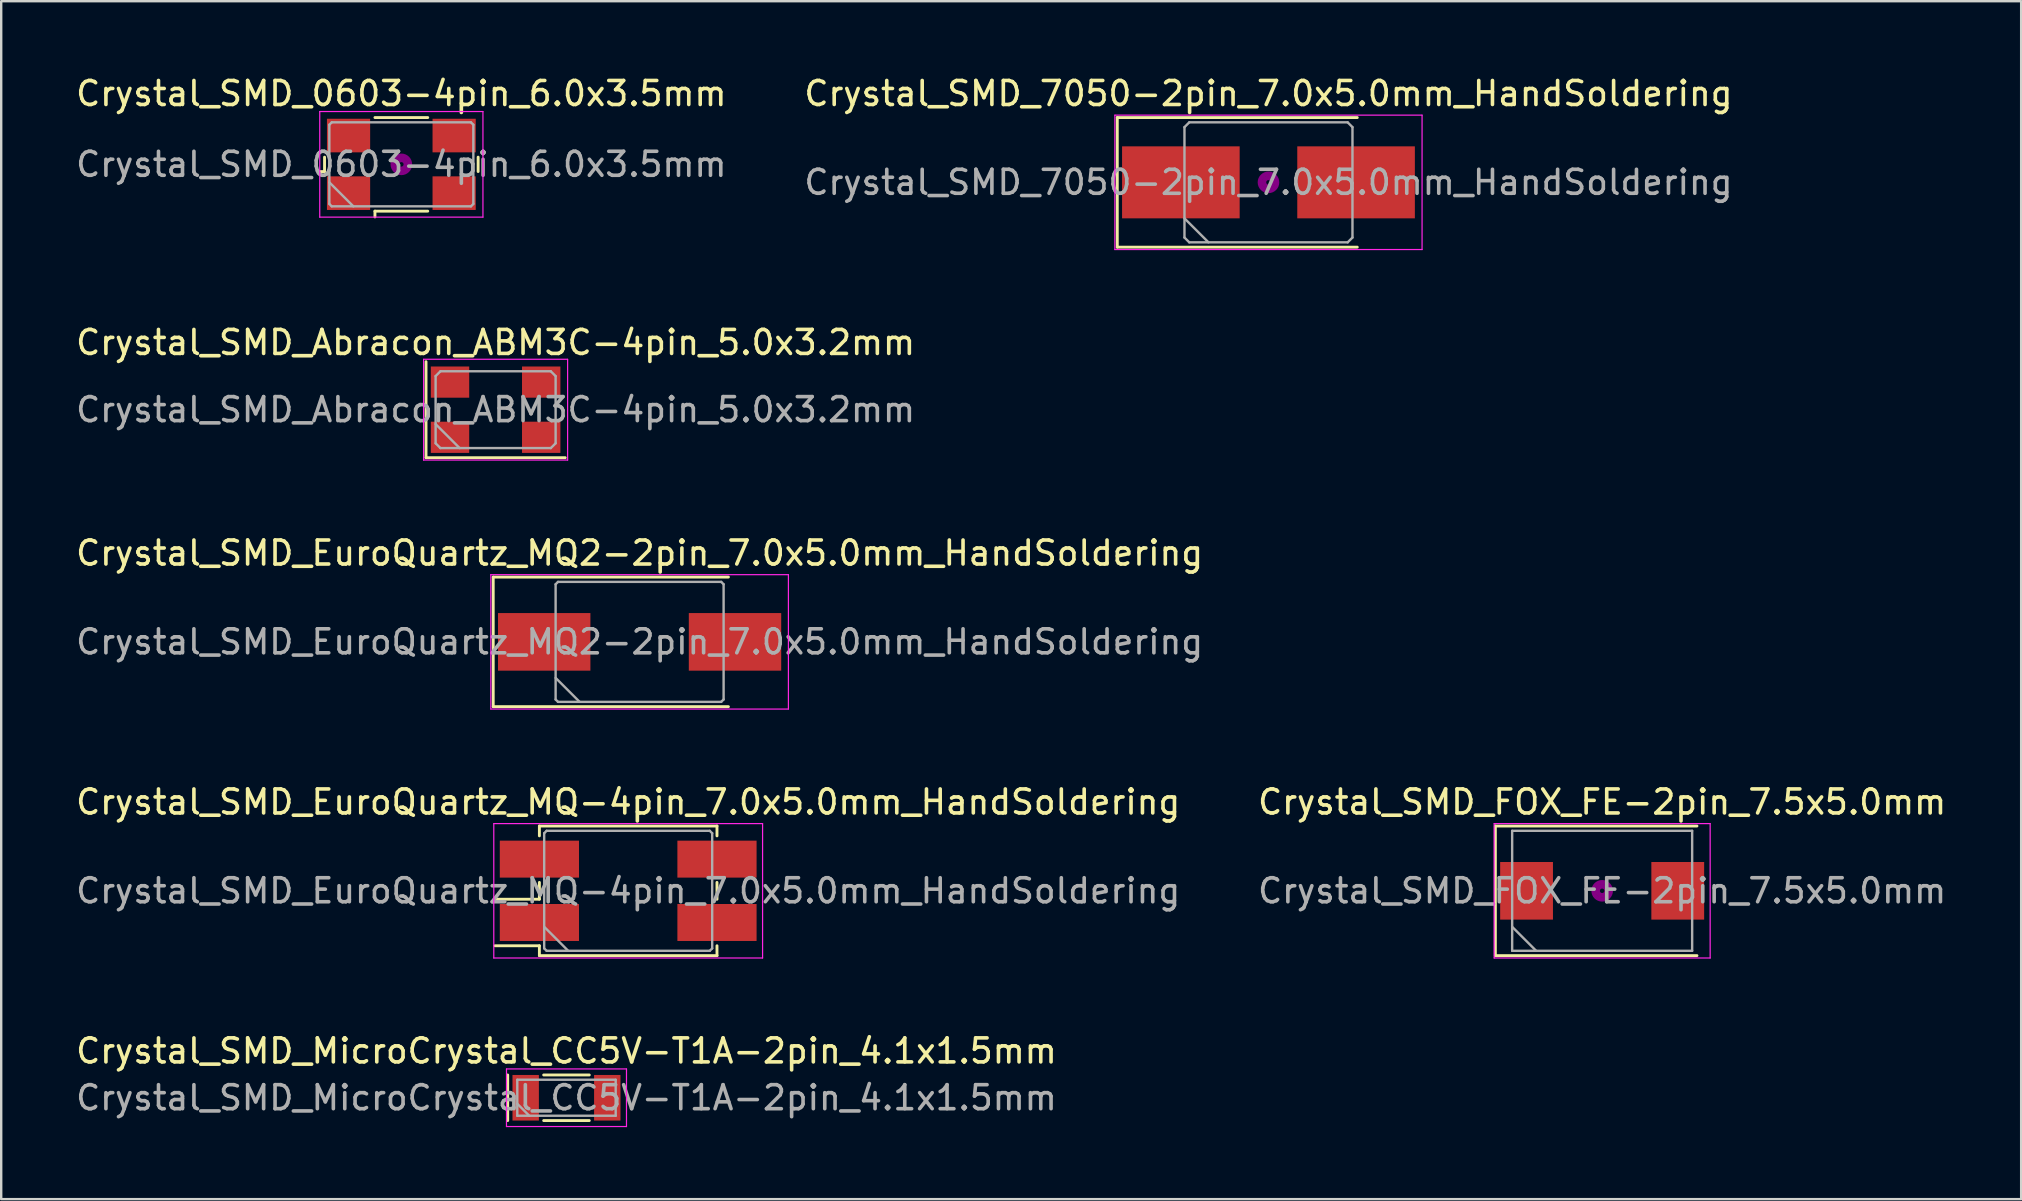
<source format=kicad_pcb>
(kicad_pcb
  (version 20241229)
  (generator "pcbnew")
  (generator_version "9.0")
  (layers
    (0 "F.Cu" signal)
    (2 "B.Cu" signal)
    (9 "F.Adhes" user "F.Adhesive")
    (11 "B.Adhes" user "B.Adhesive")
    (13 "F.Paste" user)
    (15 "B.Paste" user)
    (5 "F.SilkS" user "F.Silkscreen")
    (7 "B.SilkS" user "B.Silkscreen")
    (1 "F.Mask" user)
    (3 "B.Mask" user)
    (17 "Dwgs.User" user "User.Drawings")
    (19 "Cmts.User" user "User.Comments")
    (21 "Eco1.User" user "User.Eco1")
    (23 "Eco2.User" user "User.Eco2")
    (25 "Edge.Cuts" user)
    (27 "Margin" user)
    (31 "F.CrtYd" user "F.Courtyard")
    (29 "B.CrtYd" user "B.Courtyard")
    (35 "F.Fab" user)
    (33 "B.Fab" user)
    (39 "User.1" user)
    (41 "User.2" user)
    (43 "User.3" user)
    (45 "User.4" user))
  (footprint "Crystal_SMD_7050-2pin_7.0x5.0mm_HandSoldering"
    (layer "F.Cu")
    (at 49.804 4.548)
    (property "Reference" "Crystal_SMD_7050-2pin_7.0x5.0mm_HandSoldering" (at 0 -3.7 0) (layer "F.SilkS") (effects (font (size 1 1) (thickness 0.15))))
    (attr smd)
    (fp_line (start -6.3 -2.7) (end -6.3 2.7) (stroke (width 0.12) (type solid)) (layer "F.SilkS"))
    (fp_line (start -6.3 2.7) (end 3.7 2.7) (stroke (width 0.12) (type solid)) (layer "F.SilkS"))
    (fp_line (start 3.7 -2.7) (end -6.3 -2.7) (stroke (width 0.12) (type solid)) (layer "F.SilkS"))
    (fp_circle (center 0 0) (end 0.093 0) (stroke (width 0.187) (type solid)) (fill no) (layer "F.Adhes"))
    (fp_circle (center 0 0) (end 0.213 0) (stroke (width 0.133) (type solid)) (fill no) (layer "F.Adhes"))
    (fp_circle (center 0 0) (end 0.333 0) (stroke (width 0.133) (type solid)) (fill no) (layer "F.Adhes"))
    (fp_circle (center 0 0) (end 0.4 0) (stroke (width 0.1) (type solid)) (fill no) (layer "F.Adhes"))
    (fp_line (start -6.4 -2.8) (end -6.4 2.8) (stroke (width 0.05) (type solid)) (layer "F.CrtYd"))
    (fp_line (start -6.4 2.8) (end 6.4 2.8) (stroke (width 0.05) (type solid)) (layer "F.CrtYd"))
    (fp_line (start 6.4 -2.8) (end -6.4 -2.8) (stroke (width 0.05) (type solid)) (layer "F.CrtYd"))
    (fp_line (start 6.4 2.8) (end 6.4 -2.8) (stroke (width 0.05) (type solid)) (layer "F.CrtYd"))
    (fp_line (start -3.5 -2.3) (end -3.3 -2.5) (stroke (width 0.1) (type solid)) (layer "F.Fab"))
    (fp_line (start -3.5 1.5) (end -2.5 2.5) (stroke (width 0.1) (type solid)) (layer "F.Fab"))
    (fp_line (start -3.5 2.3) (end -3.5 -2.3) (stroke (width 0.1) (type solid)) (layer "F.Fab"))
    (fp_line (start -3.3 -2.5) (end 3.3 -2.5) (stroke (width 0.1) (type solid)) (layer "F.Fab"))
    (fp_line (start -3.3 2.5) (end -3.5 2.3) (stroke (width 0.1) (type solid)) (layer "F.Fab"))
    (fp_line (start 3.3 -2.5) (end 3.5 -2.3) (stroke (width 0.1) (type solid)) (layer "F.Fab"))
    (fp_line (start 3.3 2.5) (end -3.3 2.5) (stroke (width 0.1) (type solid)) (layer "F.Fab"))
    (fp_line (start 3.5 -2.3) (end 3.5 2.3) (stroke (width 0.1) (type solid)) (layer "F.Fab"))
    (fp_line (start 3.5 2.3) (end 3.3 2.5) (stroke (width 0.1) (type solid)) (layer "F.Fab"))
    (fp_text user "${REFERENCE}" (at 0 0 0) (layer "F.Fab") (effects (font (size 1 1) (thickness 0.15))))
    (pad "1" smd rect (at -3.65 0) (size 4.9 3) (layers "F.Cu" "F.Mask" "F.Paste"))
    (pad "2" smd rect (at 3.65 0) (size 4.9 3) (layers "F.Cu" "F.Mask" "F.Paste")))
  (footprint "Crystal_SMD_0603-4pin_6.0x3.5mm"
    (layer "F.Cu")
    (at 13.673 3.798)
    (property "Reference" "Crystal_SMD_0603-4pin_6.0x3.5mm" (at 0 -2.95 0) (layer "F.SilkS") (effects (font (size 1 1) (thickness 0.15))))
    (attr smd)
    (fp_line (start -3.44 0.3) (end -3.2 0.3) (stroke (width 0.12) (type solid)) (layer "F.SilkS"))
    (fp_line (start -3.2 0.3) (end -3.2 -0.3) (stroke (width 0.12) (type solid)) (layer "F.SilkS"))
    (fp_line (start -1.1 -1.95) (end 1.1 -1.95) (stroke (width 0.12) (type solid)) (layer "F.SilkS"))
    (fp_line (start -1.1 1.95) (end -1.1 2.19) (stroke (width 0.12) (type solid)) (layer "F.SilkS"))
    (fp_line (start 1.1 1.95) (end -1.1 1.95) (stroke (width 0.12) (type solid)) (layer "F.SilkS"))
    (fp_line (start 3.2 -0.3) (end 3.2 0.3) (stroke (width 0.12) (type solid)) (layer "F.SilkS"))
    (fp_circle (center 0 0) (end 0.093 0) (stroke (width 0.187) (type solid)) (fill no) (layer "F.Adhes"))
    (fp_circle (center 0 0) (end 0.213 0) (stroke (width 0.133) (type solid)) (fill no) (layer "F.Adhes"))
    (fp_circle (center 0 0) (end 0.333 0) (stroke (width 0.133) (type solid)) (fill no) (layer "F.Adhes"))
    (fp_circle (center 0 0) (end 0.4 0) (stroke (width 0.1) (type solid)) (fill no) (layer "F.Adhes"))
    (fp_line (start -3.4 -2.2) (end -3.4 2.2) (stroke (width 0.05) (type solid)) (layer "F.CrtYd"))
    (fp_line (start -3.4 2.2) (end 3.4 2.2) (stroke (width 0.05) (type solid)) (layer "F.CrtYd"))
    (fp_line (start 3.4 -2.2) (end -3.4 -2.2) (stroke (width 0.05) (type solid)) (layer "F.CrtYd"))
    (fp_line (start 3.4 2.2) (end 3.4 -2.2) (stroke (width 0.05) (type solid)) (layer "F.CrtYd"))
    (fp_line (start -3 -1.65) (end -2.9 -1.75) (stroke (width 0.1) (type solid)) (layer "F.Fab"))
    (fp_line (start -3 0.75) (end -2 1.75) (stroke (width 0.1) (type solid)) (layer "F.Fab"))
    (fp_line (start -3 1.65) (end -3 -1.65) (stroke (width 0.1) (type solid)) (layer "F.Fab"))
    (fp_line (start -2.9 -1.75) (end 2.9 -1.75) (stroke (width 0.1) (type solid)) (layer "F.Fab"))
    (fp_line (start -2.9 1.75) (end -3 1.65) (stroke (width 0.1) (type solid)) (layer "F.Fab"))
    (fp_line (start 2.9 -1.75) (end 3 -1.65) (stroke (width 0.1) (type solid)) (layer "F.Fab"))
    (fp_line (start 2.9 1.75) (end -2.9 1.75) (stroke (width 0.1) (type solid)) (layer "F.Fab"))
    (fp_line (start 3 -1.65) (end 3 1.65) (stroke (width 0.1) (type solid)) (layer "F.Fab"))
    (fp_line (start 3 1.65) (end 2.9 1.75) (stroke (width 0.1) (type solid)) (layer "F.Fab"))
    (fp_text user "${REFERENCE}" (at 0 0 0) (layer "F.Fab") (effects (font (size 1 1) (thickness 0.15))))
    (pad "1" smd rect (at -2.2 1.2) (size 1.8 1.4) (layers "F.Cu" "F.Mask" "F.Paste"))
    (pad "2" smd rect (at 2.2 1.2) (size 1.8 1.4) (layers "F.Cu" "F.Mask" "F.Paste"))
    (pad "3" smd rect (at 2.2 -1.2) (size 1.8 1.4) (layers "F.Cu" "F.Mask" "F.Paste"))
    (pad "4" smd rect (at -2.2 -1.2) (size 1.8 1.4) (layers "F.Cu" "F.Mask" "F.Paste")))
  (footprint "Crystal_SMD_EuroQuartz_MQ2-2pin_7.0x5.0mm_HandSoldering"
    (layer "F.Cu")
    (at 23.601 23.695)
    (property "Reference" "Crystal_SMD_EuroQuartz_MQ2-2pin_7.0x5.0mm_HandSoldering" (at 0 -3.7 0) (layer "F.SilkS") (effects (font (size 1 1) (thickness 0.15))))
    (attr smd)
    (fp_line (start -6.1 -2.7) (end -6.1 2.7) (stroke (width 0.12) (type solid)) (layer "F.SilkS"))
    (fp_line (start -6.1 2.7) (end 3.7 2.7) (stroke (width 0.12) (type solid)) (layer "F.SilkS"))
    (fp_line (start 3.7 -2.7) (end -6.1 -2.7) (stroke (width 0.12) (type solid)) (layer "F.SilkS"))
    (fp_line (start -6.2 -2.8) (end -6.2 2.8) (stroke (width 0.05) (type solid)) (layer "F.CrtYd"))
    (fp_line (start -6.2 2.8) (end 6.2 2.8) (stroke (width 0.05) (type solid)) (layer "F.CrtYd"))
    (fp_line (start 6.2 -2.8) (end -6.2 -2.8) (stroke (width 0.05) (type solid)) (layer "F.CrtYd"))
    (fp_line (start 6.2 2.8) (end 6.2 -2.8) (stroke (width 0.05) (type solid)) (layer "F.CrtYd"))
    (fp_line (start -3.5 -2.4) (end -3.4 -2.5) (stroke (width 0.1) (type solid)) (layer "F.Fab"))
    (fp_line (start -3.5 1.5) (end -2.5 2.5) (stroke (width 0.1) (type solid)) (layer "F.Fab"))
    (fp_line (start -3.5 2.4) (end -3.5 -2.4) (stroke (width 0.1) (type solid)) (layer "F.Fab"))
    (fp_line (start -3.4 -2.5) (end 3.4 -2.5) (stroke (width 0.1) (type solid)) (layer "F.Fab"))
    (fp_line (start -3.4 2.5) (end -3.5 2.4) (stroke (width 0.1) (type solid)) (layer "F.Fab"))
    (fp_line (start 3.4 -2.5) (end 3.5 -2.4) (stroke (width 0.1) (type solid)) (layer "F.Fab"))
    (fp_line (start 3.4 2.5) (end -3.4 2.5) (stroke (width 0.1) (type solid)) (layer "F.Fab"))
    (fp_line (start 3.5 -2.4) (end 3.5 2.4) (stroke (width 0.1) (type solid)) (layer "F.Fab"))
    (fp_line (start 3.5 2.4) (end 3.4 2.5) (stroke (width 0.1) (type solid)) (layer "F.Fab"))
    (fp_text user "${REFERENCE}" (at 0 0 0) (layer "F.Fab") (effects (font (size 1 1) (thickness 0.15))))
    (pad "1" smd rect (at -3.975 0) (size 3.85 2.4) (layers "F.Cu" "F.Mask" "F.Paste"))
    (pad "2" smd rect (at 3.975 0) (size 3.85 2.4) (layers "F.Cu" "F.Mask" "F.Paste")))
  (footprint "Crystal_SMD_FOX_FE-2pin_7.5x5.0mm"
    (layer "F.Cu")
    (at 63.708 34.068)
    (property "Reference" "Crystal_SMD_FOX_FE-2pin_7.5x5.0mm" (at 0 -3.7 0) (layer "F.SilkS") (effects (font (size 1 1) (thickness 0.15))))
    (attr smd)
    (fp_line (start -4.45 -2.7) (end -4.45 2.7) (stroke (width 0.12) (type solid)) (layer "F.SilkS"))
    (fp_line (start -4.45 2.7) (end 3.95 2.7) (stroke (width 0.12) (type solid)) (layer "F.SilkS"))
    (fp_line (start 3.95 -2.7) (end -4.45 -2.7) (stroke (width 0.12) (type solid)) (layer "F.SilkS"))
    (fp_circle (center 0 0) (end 0.093 0) (stroke (width 0.187) (type solid)) (fill no) (layer "F.Adhes"))
    (fp_circle (center 0 0) (end 0.213 0) (stroke (width 0.133) (type solid)) (fill no) (layer "F.Adhes"))
    (fp_circle (center 0 0) (end 0.333 0) (stroke (width 0.133) (type solid)) (fill no) (layer "F.Adhes"))
    (fp_circle (center 0 0) (end 0.4 0) (stroke (width 0.1) (type solid)) (fill no) (layer "F.Adhes"))
    (fp_line (start -4.5 -2.8) (end -4.5 2.8) (stroke (width 0.05) (type solid)) (layer "F.CrtYd"))
    (fp_line (start -4.5 2.8) (end 4.5 2.8) (stroke (width 0.05) (type solid)) (layer "F.CrtYd"))
    (fp_line (start 4.5 -2.8) (end -4.5 -2.8) (stroke (width 0.05) (type solid)) (layer "F.CrtYd"))
    (fp_line (start 4.5 2.8) (end 4.5 -2.8) (stroke (width 0.05) (type solid)) (layer "F.CrtYd"))
    (fp_line (start -3.75 -2.5) (end -3.75 2.5) (stroke (width 0.1) (type solid)) (layer "F.Fab"))
    (fp_line (start -3.75 1.5) (end -2.75 2.5) (stroke (width 0.1) (type solid)) (layer "F.Fab"))
    (fp_line (start -3.75 2.5) (end 3.75 2.5) (stroke (width 0.1) (type solid)) (layer "F.Fab"))
    (fp_line (start 3.75 -2.5) (end -3.75 -2.5) (stroke (width 0.1) (type solid)) (layer "F.Fab"))
    (fp_line (start 3.75 2.5) (end 3.75 -2.5) (stroke (width 0.1) (type solid)) (layer "F.Fab"))
    (fp_text user "${REFERENCE}" (at 0 0 0) (layer "F.Fab") (effects (font (size 1 1) (thickness 0.15))))
    (pad "1" smd rect (at -3.15 0) (size 2.2 2.4) (layers "F.Cu" "F.Mask" "F.Paste"))
    (pad "2" smd rect (at 3.15 0) (size 2.2 2.4) (layers "F.Cu" "F.Mask" "F.Paste")))
  (footprint "Crystal_SMD_EuroQuartz_MQ-4pin_7.0x5.0mm_HandSoldering"
    (layer "F.Cu")
    (at 23.125 34.068)
    (property "Reference" "Crystal_SMD_EuroQuartz_MQ-4pin_7.0x5.0mm_HandSoldering" (at 0 -3.7 0) (layer "F.SilkS") (effects (font (size 1 1) (thickness 0.15))))
    (attr smd)
    (fp_line (start -5.55 0.35) (end -3.7 0.35) (stroke (width 0.12) (type solid)) (layer "F.SilkS"))
    (fp_line (start -5.55 2.29) (end -3.7 2.29) (stroke (width 0.12) (type solid)) (layer "F.SilkS"))
    (fp_line (start -3.7 -2.7) (end 3.7 -2.7) (stroke (width 0.12) (type solid)) (layer "F.SilkS"))
    (fp_line (start -3.7 -2.29) (end -3.7 -2.7) (stroke (width 0.12) (type solid)) (layer "F.SilkS"))
    (fp_line (start -3.7 0.35) (end -3.7 -0.35) (stroke (width 0.12) (type solid)) (layer "F.SilkS"))
    (fp_line (start -3.7 2.29) (end -3.7 2.7) (stroke (width 0.12) (type solid)) (layer "F.SilkS"))
    (fp_line (start -3.7 2.7) (end 3.7 2.7) (stroke (width 0.12) (type solid)) (layer "F.SilkS"))
    (fp_line (start 3.7 -2.7) (end 3.7 -2.29) (stroke (width 0.12) (type solid)) (layer "F.SilkS"))
    (fp_line (start 3.7 -0.35) (end 3.7 0.35) (stroke (width 0.12) (type solid)) (layer "F.SilkS"))
    (fp_line (start 3.7 2.7) (end 3.7 2.29) (stroke (width 0.12) (type solid)) (layer "F.SilkS"))
    (fp_line (start -5.6 -2.8) (end -5.6 2.8) (stroke (width 0.05) (type solid)) (layer "F.CrtYd"))
    (fp_line (start -5.6 2.8) (end 5.6 2.8) (stroke (width 0.05) (type solid)) (layer "F.CrtYd"))
    (fp_line (start 5.6 -2.8) (end -5.6 -2.8) (stroke (width 0.05) (type solid)) (layer "F.CrtYd"))
    (fp_line (start 5.6 2.8) (end 5.6 -2.8) (stroke (width 0.05) (type solid)) (layer "F.CrtYd"))
    (fp_line (start -3.5 -2.4) (end -3.4 -2.5) (stroke (width 0.1) (type solid)) (layer "F.Fab"))
    (fp_line (start -3.5 1.5) (end -2.5 2.5) (stroke (width 0.1) (type solid)) (layer "F.Fab"))
    (fp_line (start -3.5 2.4) (end -3.5 -2.4) (stroke (width 0.1) (type solid)) (layer "F.Fab"))
    (fp_line (start -3.4 -2.5) (end 3.4 -2.5) (stroke (width 0.1) (type solid)) (layer "F.Fab"))
    (fp_line (start -3.4 2.5) (end -3.5 2.4) (stroke (width 0.1) (type solid)) (layer "F.Fab"))
    (fp_line (start 3.4 -2.5) (end 3.5 -2.4) (stroke (width 0.1) (type solid)) (layer "F.Fab"))
    (fp_line (start 3.4 2.5) (end -3.4 2.5) (stroke (width 0.1) (type solid)) (layer "F.Fab"))
    (fp_line (start 3.5 -2.4) (end 3.5 2.4) (stroke (width 0.1) (type solid)) (layer "F.Fab"))
    (fp_line (start 3.5 2.4) (end 3.4 2.5) (stroke (width 0.1) (type solid)) (layer "F.Fab"))
    (fp_text user "${REFERENCE}" (at 0 0 0) (layer "F.Fab") (effects (font (size 1 1) (thickness 0.15))))
    (pad "1" smd rect (at -3.7 1.32) (size 3.3 1.54) (layers "F.Cu" "F.Mask" "F.Paste"))
    (pad "2" smd rect (at 3.7 1.32) (size 3.3 1.54) (layers "F.Cu" "F.Mask" "F.Paste"))
    (pad "3" smd rect (at 3.7 -1.32) (size 3.3 1.54) (layers "F.Cu" "F.Mask" "F.Paste"))
    (pad "4" smd rect (at -3.7 -1.32) (size 3.3 1.54) (layers "F.Cu" "F.Mask" "F.Paste")))
  (footprint "Crystal_SMD_MicroCrystal_CC5V-T1A-2pin_4.1x1.5mm"
    (layer "F.Cu")
    (at 20.554 42.691)
    (property "Reference" "Crystal_SMD_MicroCrystal_CC5V-T1A-2pin_4.1x1.5mm" (at 0 -1.95 0) (layer "F.SilkS") (effects (font (size 1 1) (thickness 0.15))))
    (attr smd)
    (fp_line (start -2.45 -0.95) (end -2.45 0.95) (stroke (width 0.12) (type solid)) (layer "F.SilkS"))
    (fp_line (start -0.95 -0.95) (end 0.95 -0.95) (stroke (width 0.12) (type solid)) (layer "F.SilkS"))
    (fp_line (start -0.95 0.95) (end 0.95 0.95) (stroke (width 0.12) (type solid)) (layer "F.SilkS"))
    (fp_line (start -2.5 -1.2) (end -2.5 1.2) (stroke (width 0.05) (type solid)) (layer "F.CrtYd"))
    (fp_line (start -2.5 1.2) (end 2.5 1.2) (stroke (width 0.05) (type solid)) (layer "F.CrtYd"))
    (fp_line (start 2.5 -1.2) (end -2.5 -1.2) (stroke (width 0.05) (type solid)) (layer "F.CrtYd"))
    (fp_line (start 2.5 1.2) (end 2.5 -1.2) (stroke (width 0.05) (type solid)) (layer "F.CrtYd"))
    (fp_line (start -2.05 -0.75) (end -2.05 0.75) (stroke (width 0.1) (type solid)) (layer "F.Fab"))
    (fp_line (start -2.05 0.25) (end -1.55 0.75) (stroke (width 0.1) (type solid)) (layer "F.Fab"))
    (fp_line (start -2.05 0.75) (end 2.05 0.75) (stroke (width 0.1) (type solid)) (layer "F.Fab"))
    (fp_line (start 2.05 -0.75) (end -2.05 -0.75) (stroke (width 0.1) (type solid)) (layer "F.Fab"))
    (fp_line (start 2.05 0.75) (end 2.05 -0.75) (stroke (width 0.1) (type solid)) (layer "F.Fab"))
    (fp_text user "${REFERENCE}" (at 0 0 0) (layer "F.Fab") (effects (font (size 1 1) (thickness 0.15))))
    (pad "1" smd rect (at -1.7 0) (size 1.1 1.9) (layers "F.Cu" "F.Mask" "F.Paste"))
    (pad "2" smd rect (at 1.7 0) (size 1.1 1.9) (layers "F.Cu" "F.Mask" "F.Paste")))
  (footprint "Crystal_SMD_Abracon_ABM3C-4pin_5.0x3.2mm"
    (layer "F.Cu")
    (at 17.601 14.021)
    (property "Reference" "Crystal_SMD_Abracon_ABM3C-4pin_5.0x3.2mm" (at 0 -2.8 0) (layer "F.SilkS") (effects (font (size 1 1) (thickness 0.15))))
    (attr smd)
    (fp_line (start -2.9 -2) (end -2.9 2) (stroke (width 0.12) (type solid)) (layer "F.SilkS"))
    (fp_line (start -2.9 2) (end 2.9 2) (stroke (width 0.12) (type solid)) (layer "F.SilkS"))
    (fp_line (start -3 -2.1) (end -3 2.1) (stroke (width 0.05) (type solid)) (layer "F.CrtYd"))
    (fp_line (start -3 2.1) (end 3 2.1) (stroke (width 0.05) (type solid)) (layer "F.CrtYd"))
    (fp_line (start 3 -2.1) (end -3 -2.1) (stroke (width 0.05) (type solid)) (layer "F.CrtYd"))
    (fp_line (start 3 2.1) (end 3 -2.1) (stroke (width 0.05) (type solid)) (layer "F.CrtYd"))
    (fp_line (start -2.5 -1.4) (end -2.3 -1.6) (stroke (width 0.1) (type solid)) (layer "F.Fab"))
    (fp_line (start -2.5 0.6) (end -1.5 1.6) (stroke (width 0.1) (type solid)) (layer "F.Fab"))
    (fp_line (start -2.5 1.4) (end -2.5 -1.4) (stroke (width 0.1) (type solid)) (layer "F.Fab"))
    (fp_line (start -2.3 -1.6) (end 2.3 -1.6) (stroke (width 0.1) (type solid)) (layer "F.Fab"))
    (fp_line (start -2.3 1.6) (end -2.5 1.4) (stroke (width 0.1) (type solid)) (layer "F.Fab"))
    (fp_line (start 2.3 -1.6) (end 2.5 -1.4) (stroke (width 0.1) (type solid)) (layer "F.Fab"))
    (fp_line (start 2.3 1.6) (end -2.3 1.6) (stroke (width 0.1) (type solid)) (layer "F.Fab"))
    (fp_line (start 2.5 -1.4) (end 2.5 1.4) (stroke (width 0.1) (type solid)) (layer "F.Fab"))
    (fp_line (start 2.5 1.4) (end 2.3 1.6) (stroke (width 0.1) (type solid)) (layer "F.Fab"))
    (fp_text user "${REFERENCE}" (at 0 0 0) (layer "F.Fab") (effects (font (size 1 1) (thickness 0.15))))
    (pad "1" smd rect (at -1.9 1.15) (size 1.6 1.3) (layers "F.Cu" "F.Mask" "F.Paste"))
    (pad "2" smd rect (at 1.9 1.15) (size 1.6 1.3) (layers "F.Cu" "F.Mask" "F.Paste"))
    (pad "3" smd rect (at 1.9 -1.15) (size 1.6 1.3) (layers "F.Cu" "F.Mask" "F.Paste"))
    (pad "4" smd rect (at -1.9 -1.15) (size 1.6 1.3) (layers "F.Cu" "F.Mask" "F.Paste")))
  (gr_rect
    (start -3 -3)
    (end 81.167 46.916)
    (stroke (width 0.1) (type default))
    (fill no)
    (layer "Edge.Cuts")))
</source>
